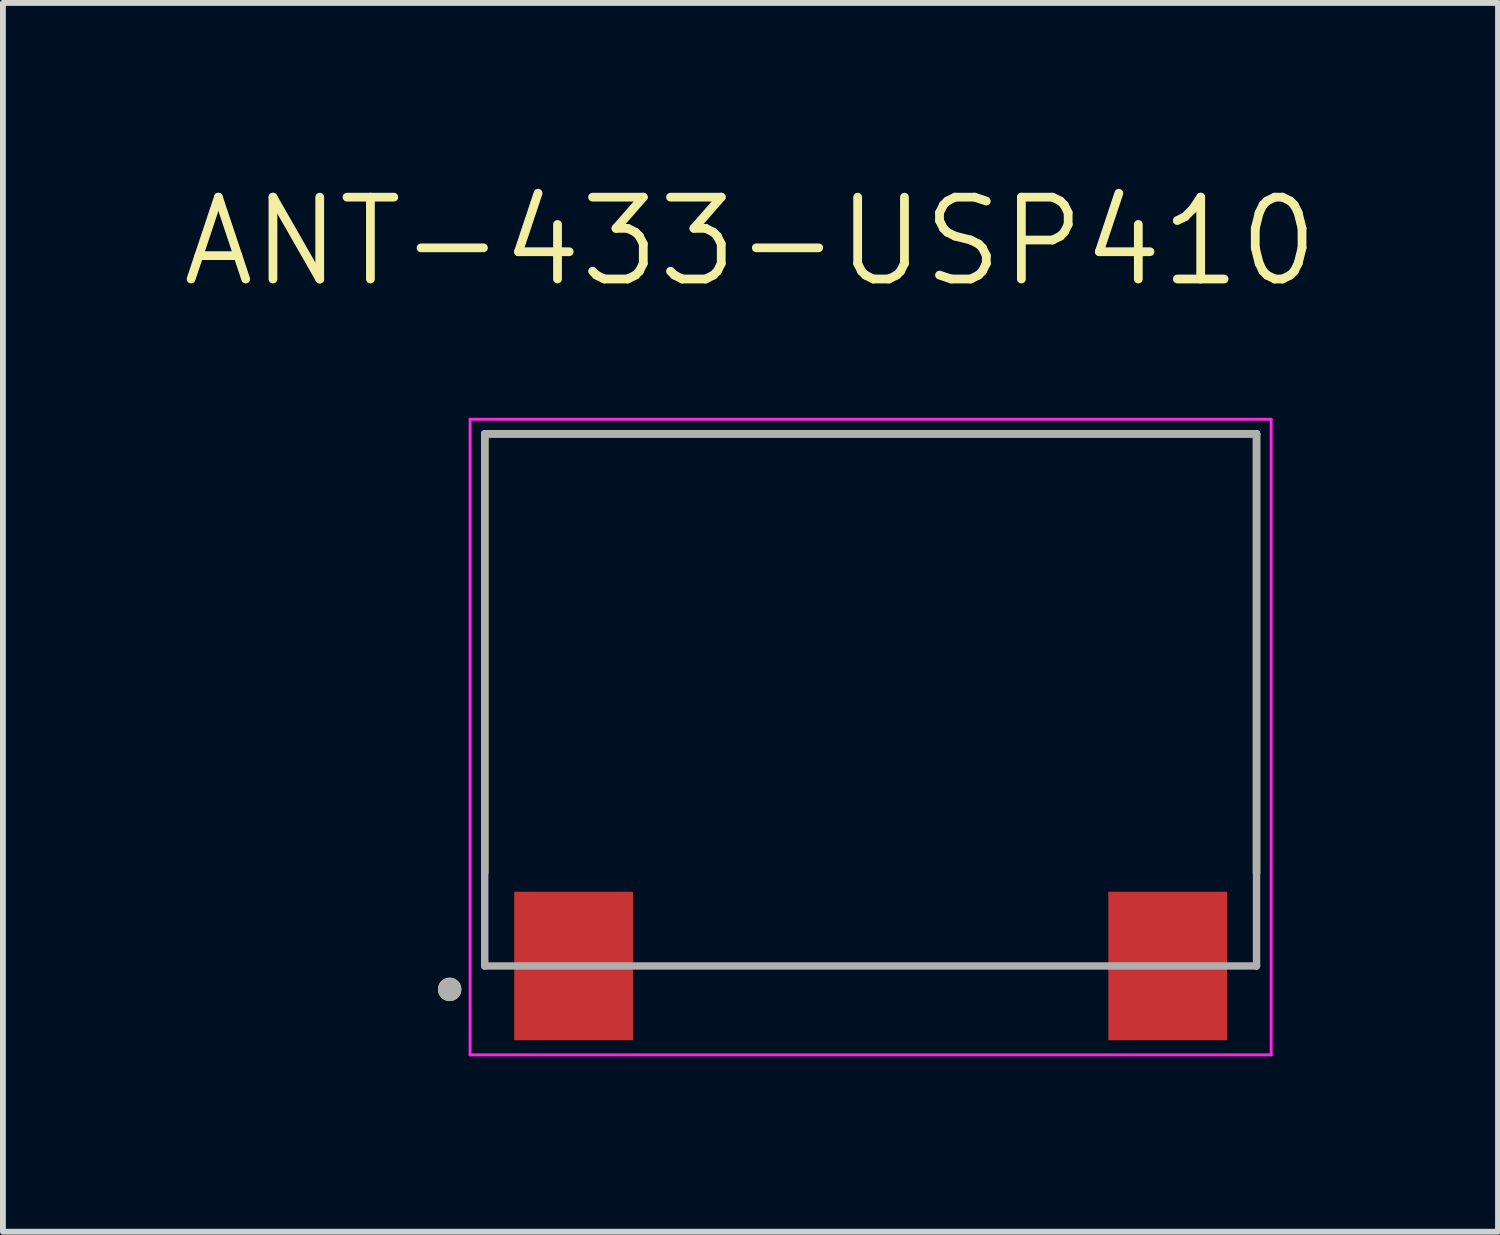
<source format=kicad_pcb>
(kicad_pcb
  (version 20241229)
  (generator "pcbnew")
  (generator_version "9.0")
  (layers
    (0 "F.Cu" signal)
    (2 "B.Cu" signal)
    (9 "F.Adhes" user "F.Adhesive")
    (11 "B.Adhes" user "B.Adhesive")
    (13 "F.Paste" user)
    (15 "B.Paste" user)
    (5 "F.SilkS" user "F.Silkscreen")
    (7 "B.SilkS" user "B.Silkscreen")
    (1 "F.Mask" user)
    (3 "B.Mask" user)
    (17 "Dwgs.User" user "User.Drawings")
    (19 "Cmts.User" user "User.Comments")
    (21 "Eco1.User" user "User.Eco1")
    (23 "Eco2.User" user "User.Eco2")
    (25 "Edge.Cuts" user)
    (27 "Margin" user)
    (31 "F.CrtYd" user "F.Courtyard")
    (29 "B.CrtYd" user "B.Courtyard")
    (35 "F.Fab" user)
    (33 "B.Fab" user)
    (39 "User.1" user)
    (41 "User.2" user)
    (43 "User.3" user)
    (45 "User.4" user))
  (footprint "ANT-433-USP410"
    (layer "F.Cu")
    (at 11.84 13.471)
    (property "Reference" "ANT-433-USP410" (at -2.055 -12.389 0) (layer "F.SilkS") (effects (font (size 1.4 1.4) (thickness 0.15))))
    (attr smd)
    (fp_line (start -6.6 -9.1) (end 6.6 -9.1) (stroke (width 0.127) (type solid)) (layer "F.SilkS"))
    (fp_line (start -6.6 -1.59) (end -6.6 -9.1) (stroke (width 0.127) (type solid)) (layer "F.SilkS"))
    (fp_line (start 6.6 -9.1) (end 6.6 -1.59) (stroke (width 0.127) (type solid)) (layer "F.SilkS"))
    (fp_circle (center -7.2 0.4) (end -7.1 0.4) (stroke (width 0.2) (type solid)) (fill no) (layer "F.SilkS"))
    (fp_line (start -6.85 -9.35) (end 6.85 -9.35) (stroke (width 0.05) (type solid)) (layer "F.CrtYd"))
    (fp_line (start -6.85 1.52) (end -6.85 -9.35) (stroke (width 0.05) (type solid)) (layer "F.CrtYd"))
    (fp_line (start 6.85 -9.35) (end 6.85 1.52) (stroke (width 0.05) (type solid)) (layer "F.CrtYd"))
    (fp_line (start 6.85 1.52) (end -6.85 1.52) (stroke (width 0.05) (type solid)) (layer "F.CrtYd"))
    (fp_line (start -6.6 -9.1) (end 6.6 -9.1) (stroke (width 0.127) (type solid)) (layer "F.Fab"))
    (fp_line (start -6.6 0) (end -6.6 -9.1) (stroke (width 0.127) (type solid)) (layer "F.Fab"))
    (fp_line (start 6.6 -9.1) (end 6.6 0) (stroke (width 0.127) (type solid)) (layer "F.Fab"))
    (fp_line (start 6.6 0) (end -6.6 0) (stroke (width 0.127) (type solid)) (layer "F.Fab"))
    (fp_circle (center -7.2 0.4) (end -7.1 0.4) (stroke (width 0.2) (type solid)) (fill no) (layer "F.Fab"))
    (pad "1" smd rect (at -5.08 0) (size 2.03 2.54) (layers "F.Cu" "F.Mask" "F.Paste"))
    (pad "2" smd rect (at 5.08 0) (size 2.03 2.54) (layers "F.Cu" "F.Mask" "F.Paste"))
    (zone (net_name "") (layer "F.Cu") (hatch full 0.508) (connect_pads) (min_thickness 0.01) (filled_areas_thickness no) (keepout (tracks not_allowed) (vias not_allowed) (pads not_allowed) (copperpour not_allowed) (footprints allowed)) (placement (enabled no)) (fill) (polygon (pts (xy 5.24 13.471) (xy 5.24 4.371) (xy 18.44 4.371) (xy 18.44 13.471) (xy 17.94 13.471) (xy 17.94 12.196) (xy 15.9 12.196) (xy 15.9 13.471) (xy 7.78 13.471) (xy 7.78 12.196) (xy 5.74 12.196) (xy 5.74 13.471))))
    (zone (net_name "") (layers "F.Cu" "B.Cu") (hatch full 0.508) (connect_pads) (min_thickness 0.01) (filled_areas_thickness no) (keepout (tracks allowed) (vias not_allowed) (pads allowed) (copperpour allowed) (footprints allowed)) (placement (enabled no)) (fill) (polygon (pts (xy 5.24 13.471) (xy 5.24 4.371) (xy 18.44 4.371) (xy 18.44 13.471) (xy 17.94 13.471) (xy 17.94 12.196) (xy 15.9 12.196) (xy 15.9 13.471) (xy 7.78 13.471) (xy 7.78 12.196) (xy 5.74 12.196) (xy 5.74 13.471)))))
  (gr_rect
    (start -3 -3)
    (end 22.57 18.016)
    (stroke (width 0.1) (type default))
    (fill no)
    (layer "Edge.Cuts")))
</source>
